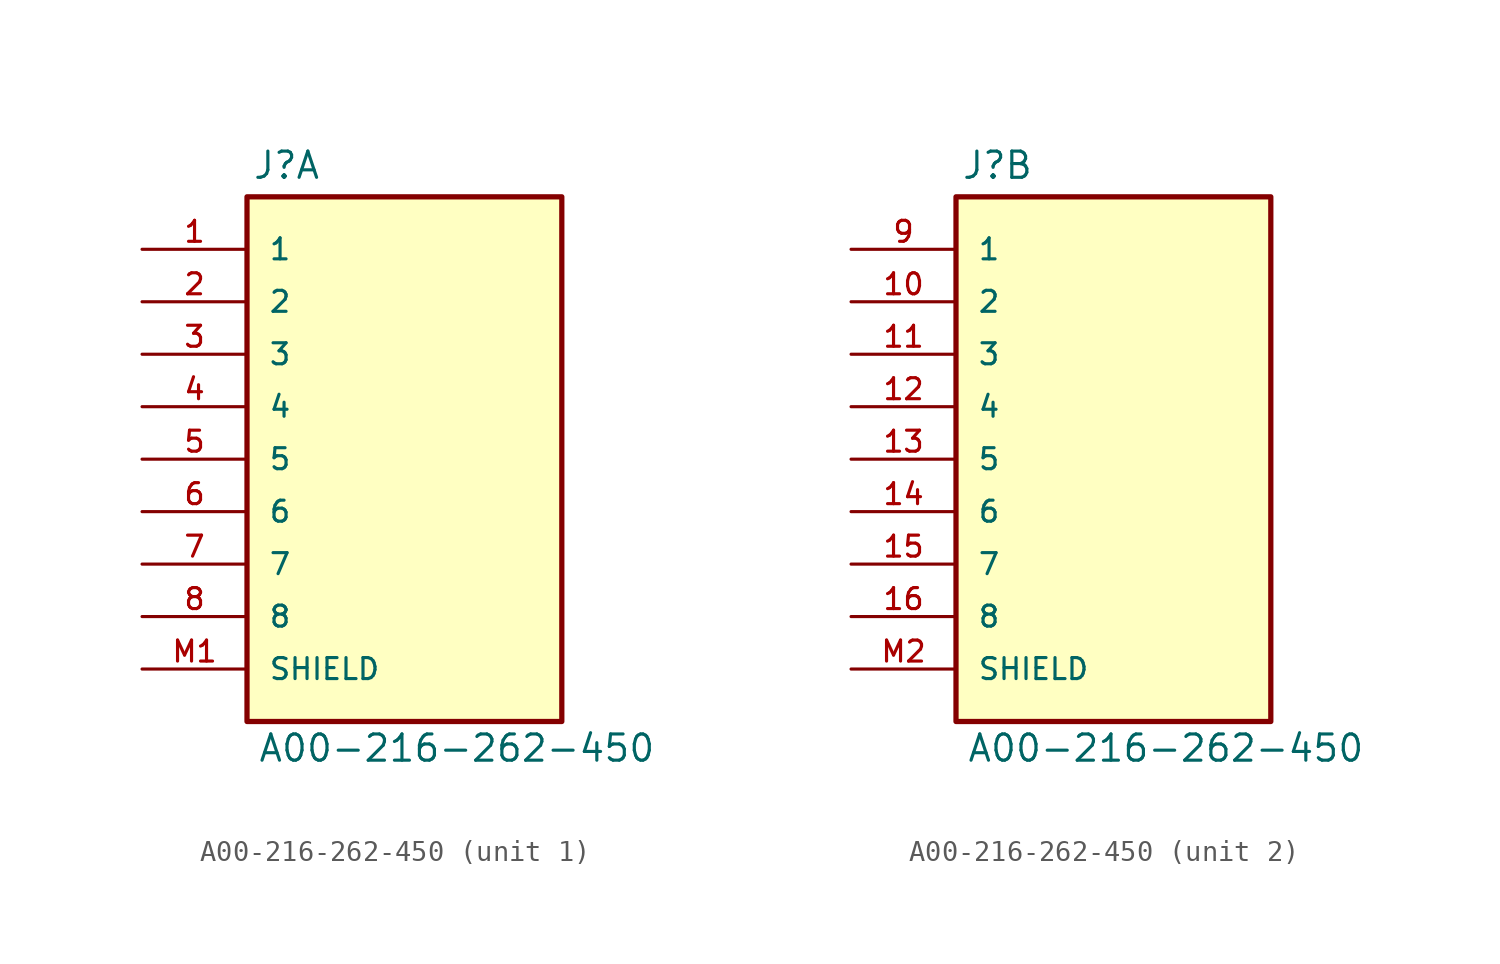
<source format=kicad_sym>
(kicad_symbol_lib
  (version 20211014)
  (generator kicad_symbol_editor)
  (symbol "A00-216-262-450"
    (pin_names
      (offset 1.016))
    (property "Reference" "J"
      (at -7.376 13.481 0)
      (effects (font (size 1.27 1.27)) (justify bottom left)))
    (property "Value" "A00-216-262-450"
      (at -7.114 -14.736 0)
      (effects (font (size 1.27 1.27)) (justify bottom left)))
    (symbol "A00-216-262-450_1_0"
      (rectangle (start -7.62 -12.7) (end 7.62 12.7) (stroke (width 0.254)) (fill (type background)))
      (pin passive line (at -12.7 10.16 0) (length 5.08) (name "1" (effects (font (size 1.016 1.016)))) (number "1" (effects (font (size 1.016 1.016)))))
      (pin passive line (at -12.7 7.62 0) (length 5.08) (name "2" (effects (font (size 1.016 1.016)))) (number "2" (effects (font (size 1.016 1.016)))))
      (pin passive line (at -12.7 5.08 0) (length 5.08) (name "3" (effects (font (size 1.016 1.016)))) (number "3" (effects (font (size 1.016 1.016)))))
      (pin passive line (at -12.7 2.54 0) (length 5.08) (name "4" (effects (font (size 1.016 1.016)))) (number "4" (effects (font (size 1.016 1.016)))))
      (pin passive line (at -12.7 0.0 0) (length 5.08) (name "5" (effects (font (size 1.016 1.016)))) (number "5" (effects (font (size 1.016 1.016)))))
      (pin passive line (at -12.7 -2.54 0) (length 5.08) (name "6" (effects (font (size 1.016 1.016)))) (number "6" (effects (font (size 1.016 1.016)))))
      (pin passive line (at -12.7 -5.08 0) (length 5.08) (name "7" (effects (font (size 1.016 1.016)))) (number "7" (effects (font (size 1.016 1.016)))))
      (pin passive line (at -12.7 -7.62 0) (length 5.08) (name "8" (effects (font (size 1.016 1.016)))) (number "8" (effects (font (size 1.016 1.016)))))
      (pin passive line (at -12.7 -10.16 0) (length 5.08) (name "SHIELD" (effects (font (size 1.016 1.016)))) (number "M1" (effects (font (size 1.016 1.016))))))
    (symbol "A00-216-262-450_2_0"
      (rectangle (start -7.62 -12.7) (end 7.62 12.7) (stroke (width 0.254)) (fill (type background)))
      (pin passive line (at -12.7 10.16 0) (length 5.08) (name "1" (effects (font (size 1.016 1.016)))) (number "9" (effects (font (size 1.016 1.016)))))
      (pin passive line (at -12.7 7.62 0) (length 5.08) (name "2" (effects (font (size 1.016 1.016)))) (number "10" (effects (font (size 1.016 1.016)))))
      (pin passive line (at -12.7 5.08 0) (length 5.08) (name "3" (effects (font (size 1.016 1.016)))) (number "11" (effects (font (size 1.016 1.016)))))
      (pin passive line (at -12.7 2.54 0) (length 5.08) (name "4" (effects (font (size 1.016 1.016)))) (number "12" (effects (font (size 1.016 1.016)))))
      (pin passive line (at -12.7 0.0 0) (length 5.08) (name "5" (effects (font (size 1.016 1.016)))) (number "13" (effects (font (size 1.016 1.016)))))
      (pin passive line (at -12.7 -2.54 0) (length 5.08) (name "6" (effects (font (size 1.016 1.016)))) (number "14" (effects (font (size 1.016 1.016)))))
      (pin passive line (at -12.7 -5.08 0) (length 5.08) (name "7" (effects (font (size 1.016 1.016)))) (number "15" (effects (font (size 1.016 1.016)))))
      (pin passive line (at -12.7 -7.62 0) (length 5.08) (name "8" (effects (font (size 1.016 1.016)))) (number "16" (effects (font (size 1.016 1.016)))))
      (pin passive line (at -12.7 -10.16 0) (length 5.08) (name "SHIELD" (effects (font (size 1.016 1.016)))) (number "M2" (effects (font (size 1.016 1.016))))))))
</source>
